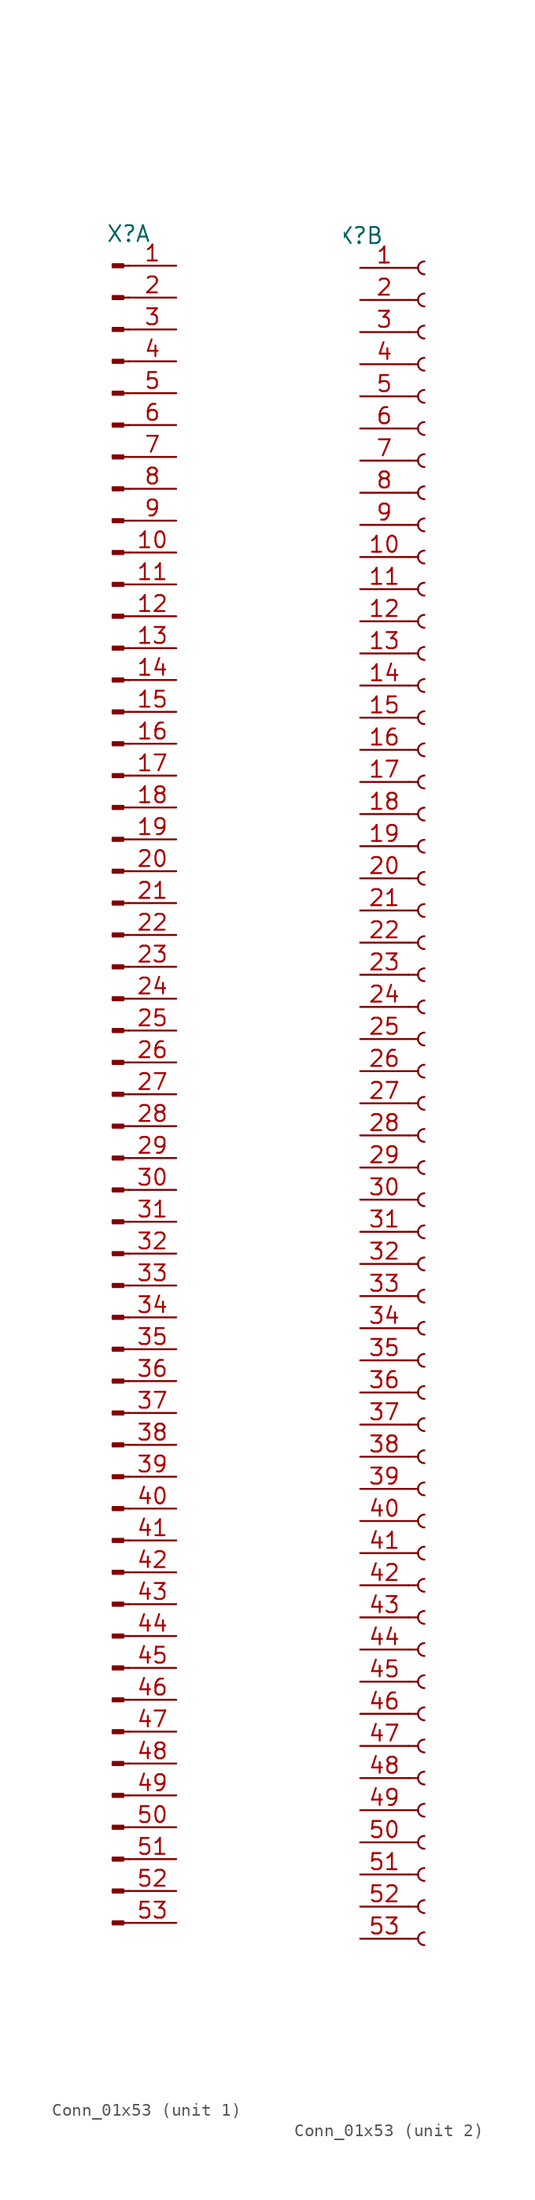
<source format=kicad_sym>
(kicad_symbol_lib
  (version 20241209)
  (generator "kicad_symbol_editor")
  (generator_version "9.0")
  (symbol "Conn_01x53"
    (pin_names
      (offset 1.016)
      (hide yes))
    (property "Reference" "X"
      (at 0 68.58 0)
      (effects (font (size 1.27 1.27))))
    (property "ki_locked" ""
      (at 0 0 0)
      (effects (font (size 1.27 1.27))))
    (symbol "Conn_01x53_1_1"
      (rectangle (start -0.406 66.167) (end -1.27 65.913) (stroke (width 0.152) (type default)) (fill (type outline)))
      (rectangle (start -0.406 63.627) (end -1.27 63.373) (stroke (width 0.152) (type default)) (fill (type outline)))
      (rectangle (start -0.406 61.087) (end -1.27 60.833) (stroke (width 0.152) (type default)) (fill (type outline)))
      (rectangle (start -0.406 58.547) (end -1.27 58.293) (stroke (width 0.152) (type default)) (fill (type outline)))
      (rectangle (start -0.406 56.007) (end -1.27 55.753) (stroke (width 0.152) (type default)) (fill (type outline)))
      (rectangle (start -0.406 53.467) (end -1.27 53.213) (stroke (width 0.152) (type default)) (fill (type outline)))
      (rectangle (start -0.406 50.927) (end -1.27 50.673) (stroke (width 0.152) (type default)) (fill (type outline)))
      (rectangle (start -0.406 48.387) (end -1.27 48.133) (stroke (width 0.152) (type default)) (fill (type outline)))
      (rectangle (start -0.406 45.847) (end -1.27 45.593) (stroke (width 0.152) (type default)) (fill (type outline)))
      (rectangle (start -0.406 43.307) (end -1.27 43.053) (stroke (width 0.152) (type default)) (fill (type outline)))
      (rectangle (start -0.406 40.767) (end -1.27 40.513) (stroke (width 0.152) (type default)) (fill (type outline)))
      (rectangle (start -0.406 38.227) (end -1.27 37.973) (stroke (width 0.152) (type default)) (fill (type outline)))
      (rectangle (start -0.406 35.687) (end -1.27 35.433) (stroke (width 0.152) (type default)) (fill (type outline)))
      (rectangle (start -0.406 33.147) (end -1.27 32.893) (stroke (width 0.152) (type default)) (fill (type outline)))
      (rectangle (start -0.406 30.607) (end -1.27 30.353) (stroke (width 0.152) (type default)) (fill (type outline)))
      (rectangle (start -0.406 28.067) (end -1.27 27.813) (stroke (width 0.152) (type default)) (fill (type outline)))
      (rectangle (start -0.406 25.527) (end -1.27 25.273) (stroke (width 0.152) (type default)) (fill (type outline)))
      (rectangle (start -0.406 22.987) (end -1.27 22.733) (stroke (width 0.152) (type default)) (fill (type outline)))
      (rectangle (start -0.406 20.447) (end -1.27 20.193) (stroke (width 0.152) (type default)) (fill (type outline)))
      (rectangle (start -0.406 17.907) (end -1.27 17.653) (stroke (width 0.152) (type default)) (fill (type outline)))
      (rectangle (start -0.406 15.367) (end -1.27 15.113) (stroke (width 0.152) (type default)) (fill (type outline)))
      (rectangle (start -0.406 12.827) (end -1.27 12.573) (stroke (width 0.152) (type default)) (fill (type outline)))
      (rectangle (start -0.406 10.287) (end -1.27 10.033) (stroke (width 0.152) (type default)) (fill (type outline)))
      (rectangle (start -0.406 7.747) (end -1.27 7.493) (stroke (width 0.152) (type default)) (fill (type outline)))
      (rectangle (start -0.406 5.207) (end -1.27 4.953) (stroke (width 0.152) (type default)) (fill (type outline)))
      (rectangle (start -0.406 2.667) (end -1.27 2.413) (stroke (width 0.152) (type default)) (fill (type outline)))
      (rectangle (start -0.406 0.127) (end -1.27 -0.127) (stroke (width 0.152) (type default)) (fill (type outline)))
      (rectangle (start -0.406 -2.413) (end -1.27 -2.667) (stroke (width 0.152) (type default)) (fill (type outline)))
      (rectangle (start -0.406 -4.953) (end -1.27 -5.207) (stroke (width 0.152) (type default)) (fill (type outline)))
      (rectangle (start -0.406 -7.493) (end -1.27 -7.747) (stroke (width 0.152) (type default)) (fill (type outline)))
      (rectangle (start -0.406 -10.033) (end -1.27 -10.287) (stroke (width 0.152) (type default)) (fill (type outline)))
      (rectangle (start -0.406 -12.573) (end -1.27 -12.827) (stroke (width 0.152) (type default)) (fill (type outline)))
      (rectangle (start -0.406 -15.113) (end -1.27 -15.367) (stroke (width 0.152) (type default)) (fill (type outline)))
      (rectangle (start -0.406 -17.653) (end -1.27 -17.907) (stroke (width 0.152) (type default)) (fill (type outline)))
      (rectangle (start -0.406 -20.193) (end -1.27 -20.447) (stroke (width 0.152) (type default)) (fill (type outline)))
      (rectangle (start -0.406 -22.733) (end -1.27 -22.987) (stroke (width 0.152) (type default)) (fill (type outline)))
      (rectangle (start -0.406 -25.273) (end -1.27 -25.527) (stroke (width 0.152) (type default)) (fill (type outline)))
      (rectangle (start -0.406 -27.813) (end -1.27 -28.067) (stroke (width 0.152) (type default)) (fill (type outline)))
      (rectangle (start -0.406 -30.353) (end -1.27 -30.607) (stroke (width 0.152) (type default)) (fill (type outline)))
      (rectangle (start -0.406 -32.893) (end -1.27 -33.147) (stroke (width 0.152) (type default)) (fill (type outline)))
      (rectangle (start -0.406 -35.433) (end -1.27 -35.687) (stroke (width 0.152) (type default)) (fill (type outline)))
      (rectangle (start -0.406 -37.973) (end -1.27 -38.227) (stroke (width 0.152) (type default)) (fill (type outline)))
      (rectangle (start -0.406 -40.513) (end -1.27 -40.767) (stroke (width 0.152) (type default)) (fill (type outline)))
      (rectangle (start -0.406 -43.053) (end -1.27 -43.307) (stroke (width 0.152) (type default)) (fill (type outline)))
      (rectangle (start -0.406 -45.593) (end -1.27 -45.847) (stroke (width 0.152) (type default)) (fill (type outline)))
      (rectangle (start -0.406 -48.133) (end -1.27 -48.387) (stroke (width 0.152) (type default)) (fill (type outline)))
      (rectangle (start -0.406 -50.673) (end -1.27 -50.927) (stroke (width 0.152) (type default)) (fill (type outline)))
      (rectangle (start -0.406 -53.213) (end -1.27 -53.467) (stroke (width 0.152) (type default)) (fill (type outline)))
      (rectangle (start -0.406 -55.753) (end -1.27 -56.007) (stroke (width 0.152) (type default)) (fill (type outline)))
      (rectangle (start -0.406 -58.293) (end -1.27 -58.547) (stroke (width 0.152) (type default)) (fill (type outline)))
      (rectangle (start -0.406 -60.833) (end -1.27 -61.087) (stroke (width 0.152) (type default)) (fill (type outline)))
      (rectangle (start -0.406 -63.373) (end -1.27 -63.627) (stroke (width 0.152) (type default)) (fill (type outline)))
      (rectangle (start -0.406 -65.913) (end -1.27 -66.167) (stroke (width 0.152) (type default)) (fill (type outline)))
      (polyline (pts (xy 0 66.04) (xy -0.406 66.04)) (stroke (width 0.152) (type default)) (fill (type none)))
      (polyline (pts (xy 0 63.5) (xy -0.406 63.5)) (stroke (width 0.152) (type default)) (fill (type none)))
      (polyline (pts (xy 0 60.96) (xy -0.406 60.96)) (stroke (width 0.152) (type default)) (fill (type none)))
      (polyline (pts (xy 0 58.42) (xy -0.406 58.42)) (stroke (width 0.152) (type default)) (fill (type none)))
      (polyline (pts (xy 0 55.88) (xy -0.406 55.88)) (stroke (width 0.152) (type default)) (fill (type none)))
      (polyline (pts (xy 0 53.34) (xy -0.406 53.34)) (stroke (width 0.152) (type default)) (fill (type none)))
      (polyline (pts (xy 0 50.8) (xy -0.406 50.8)) (stroke (width 0.152) (type default)) (fill (type none)))
      (polyline (pts (xy 0 48.26) (xy -0.406 48.26)) (stroke (width 0.152) (type default)) (fill (type none)))
      (polyline (pts (xy 0 45.72) (xy -0.406 45.72)) (stroke (width 0.152) (type default)) (fill (type none)))
      (polyline (pts (xy 0 43.18) (xy -0.406 43.18)) (stroke (width 0.152) (type default)) (fill (type none)))
      (polyline (pts (xy 0 40.64) (xy -0.406 40.64)) (stroke (width 0.152) (type default)) (fill (type none)))
      (polyline (pts (xy 0 38.1) (xy -0.406 38.1)) (stroke (width 0.152) (type default)) (fill (type none)))
      (polyline (pts (xy 0 35.56) (xy -0.406 35.56)) (stroke (width 0.152) (type default)) (fill (type none)))
      (polyline (pts (xy 0 33.02) (xy -0.406 33.02)) (stroke (width 0.152) (type default)) (fill (type none)))
      (polyline (pts (xy 0 30.48) (xy -0.406 30.48)) (stroke (width 0.152) (type default)) (fill (type none)))
      (polyline (pts (xy 0 27.94) (xy -0.406 27.94)) (stroke (width 0.152) (type default)) (fill (type none)))
      (polyline (pts (xy 0 25.4) (xy -0.406 25.4)) (stroke (width 0.152) (type default)) (fill (type none)))
      (polyline (pts (xy 0 22.86) (xy -0.406 22.86)) (stroke (width 0.152) (type default)) (fill (type none)))
      (polyline (pts (xy 0 20.32) (xy -0.406 20.32)) (stroke (width 0.152) (type default)) (fill (type none)))
      (polyline (pts (xy 0 17.78) (xy -0.406 17.78)) (stroke (width 0.152) (type default)) (fill (type none)))
      (polyline (pts (xy 0 15.24) (xy -0.406 15.24)) (stroke (width 0.152) (type default)) (fill (type none)))
      (polyline (pts (xy 0 12.7) (xy -0.406 12.7)) (stroke (width 0.152) (type default)) (fill (type none)))
      (polyline (pts (xy 0 10.16) (xy -0.406 10.16)) (stroke (width 0.152) (type default)) (fill (type none)))
      (polyline (pts (xy 0 7.62) (xy -0.406 7.62)) (stroke (width 0.152) (type default)) (fill (type none)))
      (polyline (pts (xy 0 5.08) (xy -0.406 5.08)) (stroke (width 0.152) (type default)) (fill (type none)))
      (polyline (pts (xy 0 2.54) (xy -0.406 2.54)) (stroke (width 0.152) (type default)) (fill (type none)))
      (polyline (pts (xy 0 0) (xy -0.406 0)) (stroke (width 0.152) (type default)) (fill (type none)))
      (polyline (pts (xy 0 -2.54) (xy -0.406 -2.54)) (stroke (width 0.152) (type default)) (fill (type none)))
      (polyline (pts (xy 0 -5.08) (xy -0.406 -5.08)) (stroke (width 0.152) (type default)) (fill (type none)))
      (polyline (pts (xy 0 -7.62) (xy -0.406 -7.62)) (stroke (width 0.152) (type default)) (fill (type none)))
      (polyline (pts (xy 0 -10.16) (xy -0.406 -10.16)) (stroke (width 0.152) (type default)) (fill (type none)))
      (polyline (pts (xy 0 -12.7) (xy -0.406 -12.7)) (stroke (width 0.152) (type default)) (fill (type none)))
      (polyline (pts (xy 0 -15.24) (xy -0.406 -15.24)) (stroke (width 0.152) (type default)) (fill (type none)))
      (polyline (pts (xy 0 -17.78) (xy -0.406 -17.78)) (stroke (width 0.152) (type default)) (fill (type none)))
      (polyline (pts (xy 0 -20.32) (xy -0.406 -20.32)) (stroke (width 0.152) (type default)) (fill (type none)))
      (polyline (pts (xy 0 -22.86) (xy -0.406 -22.86)) (stroke (width 0.152) (type default)) (fill (type none)))
      (polyline (pts (xy 0 -25.4) (xy -0.406 -25.4)) (stroke (width 0.152) (type default)) (fill (type none)))
      (polyline (pts (xy 0 -27.94) (xy -0.406 -27.94)) (stroke (width 0.152) (type default)) (fill (type none)))
      (polyline (pts (xy 0 -30.48) (xy -0.406 -30.48)) (stroke (width 0.152) (type default)) (fill (type none)))
      (polyline (pts (xy 0 -33.02) (xy -0.406 -33.02)) (stroke (width 0.152) (type default)) (fill (type none)))
      (polyline (pts (xy 0 -35.56) (xy -0.406 -35.56)) (stroke (width 0.152) (type default)) (fill (type none)))
      (polyline (pts (xy 0 -38.1) (xy -0.406 -38.1)) (stroke (width 0.152) (type default)) (fill (type none)))
      (polyline (pts (xy 0 -40.64) (xy -0.406 -40.64)) (stroke (width 0.152) (type default)) (fill (type none)))
      (polyline (pts (xy 0 -43.18) (xy -0.406 -43.18)) (stroke (width 0.152) (type default)) (fill (type none)))
      (polyline (pts (xy 0 -45.72) (xy -0.406 -45.72)) (stroke (width 0.152) (type default)) (fill (type none)))
      (polyline (pts (xy 0 -48.26) (xy -0.406 -48.26)) (stroke (width 0.152) (type default)) (fill (type none)))
      (polyline (pts (xy 0 -50.8) (xy -0.406 -50.8)) (stroke (width 0.152) (type default)) (fill (type none)))
      (polyline (pts (xy 0 -53.34) (xy -0.406 -53.34)) (stroke (width 0.152) (type default)) (fill (type none)))
      (polyline (pts (xy 0 -55.88) (xy -0.406 -55.88)) (stroke (width 0.152) (type default)) (fill (type none)))
      (polyline (pts (xy 0 -58.42) (xy -0.406 -58.42)) (stroke (width 0.152) (type default)) (fill (type none)))
      (polyline (pts (xy 0 -60.96) (xy -0.406 -60.96)) (stroke (width 0.152) (type default)) (fill (type none)))
      (polyline (pts (xy 0 -63.5) (xy -0.406 -63.5)) (stroke (width 0.152) (type default)) (fill (type none)))
      (polyline (pts (xy 0 -66.04) (xy -0.406 -66.04)) (stroke (width 0.152) (type default)) (fill (type none)))
      (pin passive line (at 3.81 66.04 180) (length 3.81) (name "Pin_1" (effects (font (size 1.27 1.27)))) (number "1" (effects (font (size 1.27 1.27)))))
      (pin passive line (at 3.81 63.5 180) (length 3.81) (name "Pin_2" (effects (font (size 1.27 1.27)))) (number "2" (effects (font (size 1.27 1.27)))))
      (pin passive line (at 3.81 60.96 180) (length 3.81) (name "Pin_3" (effects (font (size 1.27 1.27)))) (number "3" (effects (font (size 1.27 1.27)))))
      (pin passive line (at 3.81 58.42 180) (length 3.81) (name "Pin_4" (effects (font (size 1.27 1.27)))) (number "4" (effects (font (size 1.27 1.27)))))
      (pin passive line (at 3.81 55.88 180) (length 3.81) (name "Pin_5" (effects (font (size 1.27 1.27)))) (number "5" (effects (font (size 1.27 1.27)))))
      (pin passive line (at 3.81 53.34 180) (length 3.81) (name "Pin_6" (effects (font (size 1.27 1.27)))) (number "6" (effects (font (size 1.27 1.27)))))
      (pin passive line (at 3.81 50.8 180) (length 3.81) (name "Pin_7" (effects (font (size 1.27 1.27)))) (number "7" (effects (font (size 1.27 1.27)))))
      (pin passive line (at 3.81 48.26 180) (length 3.81) (name "Pin_8" (effects (font (size 1.27 1.27)))) (number "8" (effects (font (size 1.27 1.27)))))
      (pin passive line (at 3.81 45.72 180) (length 3.81) (name "Pin_9" (effects (font (size 1.27 1.27)))) (number "9" (effects (font (size 1.27 1.27)))))
      (pin passive line (at 3.81 43.18 180) (length 3.81) (name "Pin_10" (effects (font (size 1.27 1.27)))) (number "10" (effects (font (size 1.27 1.27)))))
      (pin passive line (at 3.81 40.64 180) (length 3.81) (name "Pin_11" (effects (font (size 1.27 1.27)))) (number "11" (effects (font (size 1.27 1.27)))))
      (pin passive line (at 3.81 38.1 180) (length 3.81) (name "Pin_12" (effects (font (size 1.27 1.27)))) (number "12" (effects (font (size 1.27 1.27)))))
      (pin passive line (at 3.81 35.56 180) (length 3.81) (name "Pin_13" (effects (font (size 1.27 1.27)))) (number "13" (effects (font (size 1.27 1.27)))))
      (pin passive line (at 3.81 33.02 180) (length 3.81) (name "Pin_14" (effects (font (size 1.27 1.27)))) (number "14" (effects (font (size 1.27 1.27)))))
      (pin passive line (at 3.81 30.48 180) (length 3.81) (name "Pin_15" (effects (font (size 1.27 1.27)))) (number "15" (effects (font (size 1.27 1.27)))))
      (pin passive line (at 3.81 27.94 180) (length 3.81) (name "Pin_16" (effects (font (size 1.27 1.27)))) (number "16" (effects (font (size 1.27 1.27)))))
      (pin passive line (at 3.81 25.4 180) (length 3.81) (name "Pin_17" (effects (font (size 1.27 1.27)))) (number "17" (effects (font (size 1.27 1.27)))))
      (pin passive line (at 3.81 22.86 180) (length 3.81) (name "Pin_18" (effects (font (size 1.27 1.27)))) (number "18" (effects (font (size 1.27 1.27)))))
      (pin passive line (at 3.81 20.32 180) (length 3.81) (name "Pin_19" (effects (font (size 1.27 1.27)))) (number "19" (effects (font (size 1.27 1.27)))))
      (pin passive line (at 3.81 17.78 180) (length 3.81) (name "Pin_20" (effects (font (size 1.27 1.27)))) (number "20" (effects (font (size 1.27 1.27)))))
      (pin passive line (at 3.81 15.24 180) (length 3.81) (name "Pin_21" (effects (font (size 1.27 1.27)))) (number "21" (effects (font (size 1.27 1.27)))))
      (pin passive line (at 3.81 12.7 180) (length 3.81) (name "Pin_22" (effects (font (size 1.27 1.27)))) (number "22" (effects (font (size 1.27 1.27)))))
      (pin passive line (at 3.81 10.16 180) (length 3.81) (name "Pin_23" (effects (font (size 1.27 1.27)))) (number "23" (effects (font (size 1.27 1.27)))))
      (pin passive line (at 3.81 7.62 180) (length 3.81) (name "Pin_24" (effects (font (size 1.27 1.27)))) (number "24" (effects (font (size 1.27 1.27)))))
      (pin passive line (at 3.81 5.08 180) (length 3.81) (name "Pin_25" (effects (font (size 1.27 1.27)))) (number "25" (effects (font (size 1.27 1.27)))))
      (pin passive line (at 3.81 2.54 180) (length 3.81) (name "Pin_26" (effects (font (size 1.27 1.27)))) (number "26" (effects (font (size 1.27 1.27)))))
      (pin passive line (at 3.81 0 180) (length 3.81) (name "Pin_27" (effects (font (size 1.27 1.27)))) (number "27" (effects (font (size 1.27 1.27)))))
      (pin passive line (at 3.81 -2.54 180) (length 3.81) (name "Pin_28" (effects (font (size 1.27 1.27)))) (number "28" (effects (font (size 1.27 1.27)))))
      (pin passive line (at 3.81 -5.08 180) (length 3.81) (name "Pin_29" (effects (font (size 1.27 1.27)))) (number "29" (effects (font (size 1.27 1.27)))))
      (pin passive line (at 3.81 -7.62 180) (length 3.81) (name "Pin_30" (effects (font (size 1.27 1.27)))) (number "30" (effects (font (size 1.27 1.27)))))
      (pin passive line (at 3.81 -10.16 180) (length 3.81) (name "Pin_31" (effects (font (size 1.27 1.27)))) (number "31" (effects (font (size 1.27 1.27)))))
      (pin passive line (at 3.81 -12.7 180) (length 3.81) (name "Pin_32" (effects (font (size 1.27 1.27)))) (number "32" (effects (font (size 1.27 1.27)))))
      (pin passive line (at 3.81 -15.24 180) (length 3.81) (name "Pin_33" (effects (font (size 1.27 1.27)))) (number "33" (effects (font (size 1.27 1.27)))))
      (pin passive line (at 3.81 -17.78 180) (length 3.81) (name "Pin_34" (effects (font (size 1.27 1.27)))) (number "34" (effects (font (size 1.27 1.27)))))
      (pin passive line (at 3.81 -20.32 180) (length 3.81) (name "Pin_35" (effects (font (size 1.27 1.27)))) (number "35" (effects (font (size 1.27 1.27)))))
      (pin passive line (at 3.81 -22.86 180) (length 3.81) (name "Pin_36" (effects (font (size 1.27 1.27)))) (number "36" (effects (font (size 1.27 1.27)))))
      (pin passive line (at 3.81 -25.4 180) (length 3.81) (name "Pin_37" (effects (font (size 1.27 1.27)))) (number "37" (effects (font (size 1.27 1.27)))))
      (pin passive line (at 3.81 -27.94 180) (length 3.81) (name "Pin_38" (effects (font (size 1.27 1.27)))) (number "38" (effects (font (size 1.27 1.27)))))
      (pin passive line (at 3.81 -30.48 180) (length 3.81) (name "Pin_39" (effects (font (size 1.27 1.27)))) (number "39" (effects (font (size 1.27 1.27)))))
      (pin passive line (at 3.81 -33.02 180) (length 3.81) (name "Pin_40" (effects (font (size 1.27 1.27)))) (number "40" (effects (font (size 1.27 1.27)))))
      (pin passive line (at 3.81 -35.56 180) (length 3.81) (name "Pin_41" (effects (font (size 1.27 1.27)))) (number "41" (effects (font (size 1.27 1.27)))))
      (pin passive line (at 3.81 -38.1 180) (length 3.81) (name "Pin_42" (effects (font (size 1.27 1.27)))) (number "42" (effects (font (size 1.27 1.27)))))
      (pin passive line (at 3.81 -40.64 180) (length 3.81) (name "Pin_43" (effects (font (size 1.27 1.27)))) (number "43" (effects (font (size 1.27 1.27)))))
      (pin passive line (at 3.81 -43.18 180) (length 3.81) (name "Pin_44" (effects (font (size 1.27 1.27)))) (number "44" (effects (font (size 1.27 1.27)))))
      (pin passive line (at 3.81 -45.72 180) (length 3.81) (name "Pin_45" (effects (font (size 1.27 1.27)))) (number "45" (effects (font (size 1.27 1.27)))))
      (pin passive line (at 3.81 -48.26 180) (length 3.81) (name "Pin_46" (effects (font (size 1.27 1.27)))) (number "46" (effects (font (size 1.27 1.27)))))
      (pin passive line (at 3.81 -50.8 180) (length 3.81) (name "Pin_47" (effects (font (size 1.27 1.27)))) (number "47" (effects (font (size 1.27 1.27)))))
      (pin passive line (at 3.81 -53.34 180) (length 3.81) (name "Pin_48" (effects (font (size 1.27 1.27)))) (number "48" (effects (font (size 1.27 1.27)))))
      (pin passive line (at 3.81 -55.88 180) (length 3.81) (name "Pin_49" (effects (font (size 1.27 1.27)))) (number "49" (effects (font (size 1.27 1.27)))))
      (pin passive line (at 3.81 -58.42 180) (length 3.81) (name "Pin_50" (effects (font (size 1.27 1.27)))) (number "50" (effects (font (size 1.27 1.27)))))
      (pin passive line (at 3.81 -60.96 180) (length 3.81) (name "Pin_51" (effects (font (size 1.27 1.27)))) (number "51" (effects (font (size 1.27 1.27)))))
      (pin passive line (at 3.81 -63.5 180) (length 3.81) (name "Pin_52" (effects (font (size 1.27 1.27)))) (number "52" (effects (font (size 1.27 1.27)))))
      (pin passive line (at 3.81 -66.04 180) (length 3.81) (name "Pin_53" (effects (font (size 1.27 1.27)))) (number "53" (effects (font (size 1.27 1.27))))))
    (symbol "Conn_01x53_2_1"
      (polyline (pts (xy 3.81 66.04) (xy 4.572 66.04)) (stroke (width 0.152) (type default)) (fill (type none)))
      (polyline (pts (xy 3.81 63.5) (xy 4.572 63.5)) (stroke (width 0.152) (type default)) (fill (type none)))
      (polyline (pts (xy 3.81 60.96) (xy 4.572 60.96)) (stroke (width 0.152) (type default)) (fill (type none)))
      (polyline (pts (xy 3.81 58.42) (xy 4.572 58.42)) (stroke (width 0.152) (type default)) (fill (type none)))
      (polyline (pts (xy 3.81 55.88) (xy 4.572 55.88)) (stroke (width 0.152) (type default)) (fill (type none)))
      (polyline (pts (xy 3.81 53.34) (xy 4.572 53.34)) (stroke (width 0.152) (type default)) (fill (type none)))
      (polyline (pts (xy 3.81 50.8) (xy 4.572 50.8)) (stroke (width 0.152) (type default)) (fill (type none)))
      (polyline (pts (xy 3.81 48.26) (xy 4.572 48.26)) (stroke (width 0.152) (type default)) (fill (type none)))
      (polyline (pts (xy 3.81 45.72) (xy 4.572 45.72)) (stroke (width 0.152) (type default)) (fill (type none)))
      (polyline (pts (xy 3.81 43.18) (xy 4.572 43.18)) (stroke (width 0.152) (type default)) (fill (type none)))
      (polyline (pts (xy 3.81 40.64) (xy 4.572 40.64)) (stroke (width 0.152) (type default)) (fill (type none)))
      (polyline (pts (xy 3.81 38.1) (xy 4.572 38.1)) (stroke (width 0.152) (type default)) (fill (type none)))
      (polyline (pts (xy 3.81 35.56) (xy 4.572 35.56)) (stroke (width 0.152) (type default)) (fill (type none)))
      (polyline (pts (xy 3.81 33.02) (xy 4.572 33.02)) (stroke (width 0.152) (type default)) (fill (type none)))
      (polyline (pts (xy 3.81 30.48) (xy 4.572 30.48)) (stroke (width 0.152) (type default)) (fill (type none)))
      (polyline (pts (xy 3.81 27.94) (xy 4.572 27.94)) (stroke (width 0.152) (type default)) (fill (type none)))
      (polyline (pts (xy 3.81 25.4) (xy 4.572 25.4)) (stroke (width 0.152) (type default)) (fill (type none)))
      (polyline (pts (xy 3.81 22.86) (xy 4.572 22.86)) (stroke (width 0.152) (type default)) (fill (type none)))
      (polyline (pts (xy 3.81 20.32) (xy 4.572 20.32)) (stroke (width 0.152) (type default)) (fill (type none)))
      (polyline (pts (xy 3.81 17.78) (xy 4.572 17.78)) (stroke (width 0.152) (type default)) (fill (type none)))
      (polyline (pts (xy 3.81 15.24) (xy 4.572 15.24)) (stroke (width 0.152) (type default)) (fill (type none)))
      (polyline (pts (xy 3.81 12.7) (xy 4.572 12.7)) (stroke (width 0.152) (type default)) (fill (type none)))
      (polyline (pts (xy 3.81 10.16) (xy 4.572 10.16)) (stroke (width 0.152) (type default)) (fill (type none)))
      (polyline (pts (xy 3.81 7.62) (xy 4.572 7.62)) (stroke (width 0.152) (type default)) (fill (type none)))
      (polyline (pts (xy 3.81 5.08) (xy 4.572 5.08)) (stroke (width 0.152) (type default)) (fill (type none)))
      (polyline (pts (xy 3.81 2.54) (xy 4.572 2.54)) (stroke (width 0.152) (type default)) (fill (type none)))
      (polyline (pts (xy 3.81 0) (xy 4.572 0)) (stroke (width 0.152) (type default)) (fill (type none)))
      (polyline (pts (xy 3.81 -2.54) (xy 4.572 -2.54)) (stroke (width 0.152) (type default)) (fill (type none)))
      (polyline (pts (xy 3.81 -5.08) (xy 4.572 -5.08)) (stroke (width 0.152) (type default)) (fill (type none)))
      (polyline (pts (xy 3.81 -7.62) (xy 4.572 -7.62)) (stroke (width 0.152) (type default)) (fill (type none)))
      (polyline (pts (xy 3.81 -10.16) (xy 4.572 -10.16)) (stroke (width 0.152) (type default)) (fill (type none)))
      (polyline (pts (xy 3.81 -12.7) (xy 4.572 -12.7)) (stroke (width 0.152) (type default)) (fill (type none)))
      (polyline (pts (xy 3.81 -15.24) (xy 4.572 -15.24)) (stroke (width 0.152) (type default)) (fill (type none)))
      (polyline (pts (xy 3.81 -17.78) (xy 4.572 -17.78)) (stroke (width 0.152) (type default)) (fill (type none)))
      (polyline (pts (xy 3.81 -20.32) (xy 4.572 -20.32)) (stroke (width 0.152) (type default)) (fill (type none)))
      (polyline (pts (xy 3.81 -22.86) (xy 4.572 -22.86)) (stroke (width 0.152) (type default)) (fill (type none)))
      (polyline (pts (xy 3.81 -25.4) (xy 4.572 -25.4)) (stroke (width 0.152) (type default)) (fill (type none)))
      (polyline (pts (xy 3.81 -27.94) (xy 4.572 -27.94)) (stroke (width 0.152) (type default)) (fill (type none)))
      (polyline (pts (xy 3.81 -30.48) (xy 4.572 -30.48)) (stroke (width 0.152) (type default)) (fill (type none)))
      (polyline (pts (xy 3.81 -33.02) (xy 4.572 -33.02)) (stroke (width 0.152) (type default)) (fill (type none)))
      (polyline (pts (xy 3.81 -35.56) (xy 4.572 -35.56)) (stroke (width 0.152) (type default)) (fill (type none)))
      (polyline (pts (xy 3.81 -38.1) (xy 4.572 -38.1)) (stroke (width 0.152) (type default)) (fill (type none)))
      (polyline (pts (xy 3.81 -40.64) (xy 4.572 -40.64)) (stroke (width 0.152) (type default)) (fill (type none)))
      (polyline (pts (xy 3.81 -43.18) (xy 4.572 -43.18)) (stroke (width 0.152) (type default)) (fill (type none)))
      (polyline (pts (xy 3.81 -45.72) (xy 4.572 -45.72)) (stroke (width 0.152) (type default)) (fill (type none)))
      (polyline (pts (xy 3.81 -48.26) (xy 4.572 -48.26)) (stroke (width 0.152) (type default)) (fill (type none)))
      (polyline (pts (xy 3.81 -50.8) (xy 4.572 -50.8)) (stroke (width 0.152) (type default)) (fill (type none)))
      (polyline (pts (xy 3.81 -53.34) (xy 4.572 -53.34)) (stroke (width 0.152) (type default)) (fill (type none)))
      (polyline (pts (xy 3.81 -55.88) (xy 4.572 -55.88)) (stroke (width 0.152) (type default)) (fill (type none)))
      (polyline (pts (xy 3.81 -58.42) (xy 4.572 -58.42)) (stroke (width 0.152) (type default)) (fill (type none)))
      (polyline (pts (xy 3.81 -60.96) (xy 4.572 -60.96)) (stroke (width 0.152) (type default)) (fill (type none)))
      (polyline (pts (xy 3.81 -63.5) (xy 4.572 -63.5)) (stroke (width 0.152) (type default)) (fill (type none)))
      (polyline (pts (xy 3.81 -66.04) (xy 4.572 -66.04)) (stroke (width 0.152) (type default)) (fill (type none)))
      (arc (start 5.08 65.532) (mid 4.5742 66.04) (end 5.08 66.548) (stroke (width 0.1524) (type default)) (fill (type none)))
      (arc (start 5.08 62.992) (mid 4.5742 63.5) (end 5.08 64.008) (stroke (width 0.1524) (type default)) (fill (type none)))
      (arc (start 5.08 60.452) (mid 4.5742 60.96) (end 5.08 61.468) (stroke (width 0.1524) (type default)) (fill (type none)))
      (arc (start 5.08 57.912) (mid 4.5742 58.42) (end 5.08 58.928) (stroke (width 0.1524) (type default)) (fill (type none)))
      (arc (start 5.08 55.372) (mid 4.5742 55.88) (end 5.08 56.388) (stroke (width 0.1524) (type default)) (fill (type none)))
      (arc (start 5.08 52.832) (mid 4.5742 53.34) (end 5.08 53.848) (stroke (width 0.1524) (type default)) (fill (type none)))
      (arc (start 5.08 50.292) (mid 4.5742 50.8) (end 5.08 51.308) (stroke (width 0.1524) (type default)) (fill (type none)))
      (arc (start 5.08 47.752) (mid 4.5742 48.26) (end 5.08 48.768) (stroke (width 0.1524) (type default)) (fill (type none)))
      (arc (start 5.08 45.212) (mid 4.5742 45.72) (end 5.08 46.228) (stroke (width 0.1524) (type default)) (fill (type none)))
      (arc (start 5.08 42.672) (mid 4.5742 43.18) (end 5.08 43.688) (stroke (width 0.1524) (type default)) (fill (type none)))
      (arc (start 5.08 40.132) (mid 4.5742 40.64) (end 5.08 41.148) (stroke (width 0.1524) (type default)) (fill (type none)))
      (arc (start 5.08 37.592) (mid 4.5742 38.1) (end 5.08 38.608) (stroke (width 0.1524) (type default)) (fill (type none)))
      (arc (start 5.08 35.052) (mid 4.5742 35.56) (end 5.08 36.068) (stroke (width 0.1524) (type default)) (fill (type none)))
      (arc (start 5.08 32.512) (mid 4.5742 33.02) (end 5.08 33.528) (stroke (width 0.1524) (type default)) (fill (type none)))
      (arc (start 5.08 29.972) (mid 4.5742 30.48) (end 5.08 30.988) (stroke (width 0.1524) (type default)) (fill (type none)))
      (arc (start 5.08 27.432) (mid 4.5742 27.94) (end 5.08 28.448) (stroke (width 0.1524) (type default)) (fill (type none)))
      (arc (start 5.08 24.892) (mid 4.5742 25.4) (end 5.08 25.908) (stroke (width 0.1524) (type default)) (fill (type none)))
      (arc (start 5.08 22.352) (mid 4.5742 22.86) (end 5.08 23.368) (stroke (width 0.1524) (type default)) (fill (type none)))
      (arc (start 5.08 19.812) (mid 4.5742 20.32) (end 5.08 20.828) (stroke (width 0.1524) (type default)) (fill (type none)))
      (arc (start 5.08 17.272) (mid 4.5742 17.78) (end 5.08 18.288) (stroke (width 0.1524) (type default)) (fill (type none)))
      (arc (start 5.08 14.732) (mid 4.5742 15.24) (end 5.08 15.748) (stroke (width 0.1524) (type default)) (fill (type none)))
      (arc (start 5.08 12.192) (mid 4.5742 12.7) (end 5.08 13.208) (stroke (width 0.1524) (type default)) (fill (type none)))
      (arc (start 5.08 9.652) (mid 4.5742 10.16) (end 5.08 10.668) (stroke (width 0.1524) (type default)) (fill (type none)))
      (arc (start 5.08 7.112) (mid 4.5742 7.62) (end 5.08 8.128) (stroke (width 0.1524) (type default)) (fill (type none)))
      (arc (start 5.08 4.572) (mid 4.5742 5.08) (end 5.08 5.588) (stroke (width 0.1524) (type default)) (fill (type none)))
      (arc (start 5.08 2.032) (mid 4.5742 2.54) (end 5.08 3.048) (stroke (width 0.1524) (type default)) (fill (type none)))
      (arc (start 5.08 -0.508) (mid 4.5742 0) (end 5.08 0.508) (stroke (width 0.1524) (type default)) (fill (type none)))
      (arc (start 5.08 -3.048) (mid 4.5742 -2.54) (end 5.08 -2.032) (stroke (width 0.1524) (type default)) (fill (type none)))
      (arc (start 5.08 -5.588) (mid 4.5742 -5.08) (end 5.08 -4.572) (stroke (width 0.1524) (type default)) (fill (type none)))
      (arc (start 5.08 -8.128) (mid 4.5742 -7.62) (end 5.08 -7.112) (stroke (width 0.1524) (type default)) (fill (type none)))
      (arc (start 5.08 -10.668) (mid 4.5742 -10.16) (end 5.08 -9.652) (stroke (width 0.1524) (type default)) (fill (type none)))
      (arc (start 5.08 -13.208) (mid 4.5742 -12.7) (end 5.08 -12.192) (stroke (width 0.1524) (type default)) (fill (type none)))
      (arc (start 5.08 -15.748) (mid 4.5742 -15.24) (end 5.08 -14.732) (stroke (width 0.1524) (type default)) (fill (type none)))
      (arc (start 5.08 -18.288) (mid 4.5742 -17.78) (end 5.08 -17.272) (stroke (width 0.1524) (type default)) (fill (type none)))
      (arc (start 5.08 -20.828) (mid 4.5742 -20.32) (end 5.08 -19.812) (stroke (width 0.1524) (type default)) (fill (type none)))
      (arc (start 5.08 -23.368) (mid 4.5742 -22.86) (end 5.08 -22.352) (stroke (width 0.1524) (type default)) (fill (type none)))
      (arc (start 5.08 -25.908) (mid 4.5742 -25.4) (end 5.08 -24.892) (stroke (width 0.1524) (type default)) (fill (type none)))
      (arc (start 5.08 -28.448) (mid 4.5742 -27.94) (end 5.08 -27.432) (stroke (width 0.1524) (type default)) (fill (type none)))
      (arc (start 5.08 -30.988) (mid 4.5742 -30.48) (end 5.08 -29.972) (stroke (width 0.1524) (type default)) (fill (type none)))
      (arc (start 5.08 -33.528) (mid 4.5742 -33.02) (end 5.08 -32.512) (stroke (width 0.1524) (type default)) (fill (type none)))
      (arc (start 5.08 -36.068) (mid 4.5742 -35.56) (end 5.08 -35.052) (stroke (width 0.1524) (type default)) (fill (type none)))
      (arc (start 5.08 -38.608) (mid 4.5742 -38.1) (end 5.08 -37.592) (stroke (width 0.1524) (type default)) (fill (type none)))
      (arc (start 5.08 -41.148) (mid 4.5742 -40.64) (end 5.08 -40.132) (stroke (width 0.1524) (type default)) (fill (type none)))
      (arc (start 5.08 -43.688) (mid 4.5742 -43.18) (end 5.08 -42.672) (stroke (width 0.1524) (type default)) (fill (type none)))
      (arc (start 5.08 -46.228) (mid 4.5742 -45.72) (end 5.08 -45.212) (stroke (width 0.1524) (type default)) (fill (type none)))
      (arc (start 5.08 -48.768) (mid 4.5742 -48.26) (end 5.08 -47.752) (stroke (width 0.1524) (type default)) (fill (type none)))
      (arc (start 5.08 -51.308) (mid 4.5742 -50.8) (end 5.08 -50.292) (stroke (width 0.1524) (type default)) (fill (type none)))
      (arc (start 5.08 -53.848) (mid 4.5742 -53.34) (end 5.08 -52.832) (stroke (width 0.1524) (type default)) (fill (type none)))
      (arc (start 5.08 -56.388) (mid 4.5742 -55.88) (end 5.08 -55.372) (stroke (width 0.1524) (type default)) (fill (type none)))
      (arc (start 5.08 -58.928) (mid 4.5742 -58.42) (end 5.08 -57.912) (stroke (width 0.1524) (type default)) (fill (type none)))
      (arc (start 5.08 -61.468) (mid 4.5742 -60.96) (end 5.08 -60.452) (stroke (width 0.1524) (type default)) (fill (type none)))
      (arc (start 5.08 -64.008) (mid 4.5742 -63.5) (end 5.08 -62.992) (stroke (width 0.1524) (type default)) (fill (type none)))
      (arc (start 5.08 -66.548) (mid 4.5742 -66.04) (end 5.08 -65.532) (stroke (width 0.1524) (type default)) (fill (type none)))
      (pin passive line (at 0 66.04 0) (length 3.81) (name "Pin_1" (effects (font (size 1.27 1.27)))) (number "1" (effects (font (size 1.27 1.27)))))
      (pin passive line (at 0 63.5 0) (length 3.81) (name "Pin_2" (effects (font (size 1.27 1.27)))) (number "2" (effects (font (size 1.27 1.27)))))
      (pin passive line (at 0 60.96 0) (length 3.81) (name "Pin_3" (effects (font (size 1.27 1.27)))) (number "3" (effects (font (size 1.27 1.27)))))
      (pin passive line (at 0 58.42 0) (length 3.81) (name "Pin_4" (effects (font (size 1.27 1.27)))) (number "4" (effects (font (size 1.27 1.27)))))
      (pin passive line (at 0 55.88 0) (length 3.81) (name "Pin_5" (effects (font (size 1.27 1.27)))) (number "5" (effects (font (size 1.27 1.27)))))
      (pin passive line (at 0 53.34 0) (length 3.81) (name "Pin_6" (effects (font (size 1.27 1.27)))) (number "6" (effects (font (size 1.27 1.27)))))
      (pin passive line (at 0 50.8 0) (length 3.81) (name "Pin_7" (effects (font (size 1.27 1.27)))) (number "7" (effects (font (size 1.27 1.27)))))
      (pin passive line (at 0 48.26 0) (length 3.81) (name "Pin_8" (effects (font (size 1.27 1.27)))) (number "8" (effects (font (size 1.27 1.27)))))
      (pin passive line (at 0 45.72 0) (length 3.81) (name "Pin_9" (effects (font (size 1.27 1.27)))) (number "9" (effects (font (size 1.27 1.27)))))
      (pin passive line (at 0 43.18 0) (length 3.81) (name "Pin_10" (effects (font (size 1.27 1.27)))) (number "10" (effects (font (size 1.27 1.27)))))
      (pin passive line (at 0 40.64 0) (length 3.81) (name "Pin_11" (effects (font (size 1.27 1.27)))) (number "11" (effects (font (size 1.27 1.27)))))
      (pin passive line (at 0 38.1 0) (length 3.81) (name "Pin_12" (effects (font (size 1.27 1.27)))) (number "12" (effects (font (size 1.27 1.27)))))
      (pin passive line (at 0 35.56 0) (length 3.81) (name "Pin_13" (effects (font (size 1.27 1.27)))) (number "13" (effects (font (size 1.27 1.27)))))
      (pin passive line (at 0 33.02 0) (length 3.81) (name "Pin_14" (effects (font (size 1.27 1.27)))) (number "14" (effects (font (size 1.27 1.27)))))
      (pin passive line (at 0 30.48 0) (length 3.81) (name "Pin_15" (effects (font (size 1.27 1.27)))) (number "15" (effects (font (size 1.27 1.27)))))
      (pin passive line (at 0 27.94 0) (length 3.81) (name "Pin_16" (effects (font (size 1.27 1.27)))) (number "16" (effects (font (size 1.27 1.27)))))
      (pin passive line (at 0 25.4 0) (length 3.81) (name "Pin_17" (effects (font (size 1.27 1.27)))) (number "17" (effects (font (size 1.27 1.27)))))
      (pin passive line (at 0 22.86 0) (length 3.81) (name "Pin_18" (effects (font (size 1.27 1.27)))) (number "18" (effects (font (size 1.27 1.27)))))
      (pin passive line (at 0 20.32 0) (length 3.81) (name "Pin_19" (effects (font (size 1.27 1.27)))) (number "19" (effects (font (size 1.27 1.27)))))
      (pin passive line (at 0 17.78 0) (length 3.81) (name "Pin_20" (effects (font (size 1.27 1.27)))) (number "20" (effects (font (size 1.27 1.27)))))
      (pin passive line (at 0 15.24 0) (length 3.81) (name "Pin_21" (effects (font (size 1.27 1.27)))) (number "21" (effects (font (size 1.27 1.27)))))
      (pin passive line (at 0 12.7 0) (length 3.81) (name "Pin_22" (effects (font (size 1.27 1.27)))) (number "22" (effects (font (size 1.27 1.27)))))
      (pin passive line (at 0 10.16 0) (length 3.81) (name "Pin_23" (effects (font (size 1.27 1.27)))) (number "23" (effects (font (size 1.27 1.27)))))
      (pin passive line (at 0 7.62 0) (length 3.81) (name "Pin_24" (effects (font (size 1.27 1.27)))) (number "24" (effects (font (size 1.27 1.27)))))
      (pin passive line (at 0 5.08 0) (length 3.81) (name "Pin_25" (effects (font (size 1.27 1.27)))) (number "25" (effects (font (size 1.27 1.27)))))
      (pin passive line (at 0 2.54 0) (length 3.81) (name "Pin_26" (effects (font (size 1.27 1.27)))) (number "26" (effects (font (size 1.27 1.27)))))
      (pin passive line (at 0 0 0) (length 3.81) (name "Pin_27" (effects (font (size 1.27 1.27)))) (number "27" (effects (font (size 1.27 1.27)))))
      (pin passive line (at 0 -2.54 0) (length 3.81) (name "Pin_28" (effects (font (size 1.27 1.27)))) (number "28" (effects (font (size 1.27 1.27)))))
      (pin passive line (at 0 -5.08 0) (length 3.81) (name "Pin_29" (effects (font (size 1.27 1.27)))) (number "29" (effects (font (size 1.27 1.27)))))
      (pin passive line (at 0 -7.62 0) (length 3.81) (name "Pin_30" (effects (font (size 1.27 1.27)))) (number "30" (effects (font (size 1.27 1.27)))))
      (pin passive line (at 0 -10.16 0) (length 3.81) (name "Pin_31" (effects (font (size 1.27 1.27)))) (number "31" (effects (font (size 1.27 1.27)))))
      (pin passive line (at 0 -12.7 0) (length 3.81) (name "Pin_32" (effects (font (size 1.27 1.27)))) (number "32" (effects (font (size 1.27 1.27)))))
      (pin passive line (at 0 -15.24 0) (length 3.81) (name "Pin_33" (effects (font (size 1.27 1.27)))) (number "33" (effects (font (size 1.27 1.27)))))
      (pin passive line (at 0 -17.78 0) (length 3.81) (name "Pin_34" (effects (font (size 1.27 1.27)))) (number "34" (effects (font (size 1.27 1.27)))))
      (pin passive line (at 0 -20.32 0) (length 3.81) (name "Pin_35" (effects (font (size 1.27 1.27)))) (number "35" (effects (font (size 1.27 1.27)))))
      (pin passive line (at 0 -22.86 0) (length 3.81) (name "Pin_36" (effects (font (size 1.27 1.27)))) (number "36" (effects (font (size 1.27 1.27)))))
      (pin passive line (at 0 -25.4 0) (length 3.81) (name "Pin_37" (effects (font (size 1.27 1.27)))) (number "37" (effects (font (size 1.27 1.27)))))
      (pin passive line (at 0 -27.94 0) (length 3.81) (name "Pin_38" (effects (font (size 1.27 1.27)))) (number "38" (effects (font (size 1.27 1.27)))))
      (pin passive line (at 0 -30.48 0) (length 3.81) (name "Pin_39" (effects (font (size 1.27 1.27)))) (number "39" (effects (font (size 1.27 1.27)))))
      (pin passive line (at 0 -33.02 0) (length 3.81) (name "Pin_40" (effects (font (size 1.27 1.27)))) (number "40" (effects (font (size 1.27 1.27)))))
      (pin passive line (at 0 -35.56 0) (length 3.81) (name "Pin_41" (effects (font (size 1.27 1.27)))) (number "41" (effects (font (size 1.27 1.27)))))
      (pin passive line (at 0 -38.1 0) (length 3.81) (name "Pin_42" (effects (font (size 1.27 1.27)))) (number "42" (effects (font (size 1.27 1.27)))))
      (pin passive line (at 0 -40.64 0) (length 3.81) (name "Pin_43" (effects (font (size 1.27 1.27)))) (number "43" (effects (font (size 1.27 1.27)))))
      (pin passive line (at 0 -43.18 0) (length 3.81) (name "Pin_44" (effects (font (size 1.27 1.27)))) (number "44" (effects (font (size 1.27 1.27)))))
      (pin passive line (at 0 -45.72 0) (length 3.81) (name "Pin_45" (effects (font (size 1.27 1.27)))) (number "45" (effects (font (size 1.27 1.27)))))
      (pin passive line (at 0 -48.26 0) (length 3.81) (name "Pin_46" (effects (font (size 1.27 1.27)))) (number "46" (effects (font (size 1.27 1.27)))))
      (pin passive line (at 0 -50.8 0) (length 3.81) (name "Pin_47" (effects (font (size 1.27 1.27)))) (number "47" (effects (font (size 1.27 1.27)))))
      (pin passive line (at 0 -53.34 0) (length 3.81) (name "Pin_48" (effects (font (size 1.27 1.27)))) (number "48" (effects (font (size 1.27 1.27)))))
      (pin passive line (at 0 -55.88 0) (length 3.81) (name "Pin_49" (effects (font (size 1.27 1.27)))) (number "49" (effects (font (size 1.27 1.27)))))
      (pin passive line (at 0 -58.42 0) (length 3.81) (name "Pin_50" (effects (font (size 1.27 1.27)))) (number "50" (effects (font (size 1.27 1.27)))))
      (pin passive line (at 0 -60.96 0) (length 3.81) (name "Pin_51" (effects (font (size 1.27 1.27)))) (number "51" (effects (font (size 1.27 1.27)))))
      (pin passive line (at 0 -63.5 0) (length 3.81) (name "Pin_52" (effects (font (size 1.27 1.27)))) (number "52" (effects (font (size 1.27 1.27)))))
      (pin passive line (at 0 -66.04 0) (length 3.81) (name "Pin_53" (effects (font (size 1.27 1.27)))) (number "53" (effects (font (size 1.27 1.27))))))))
</source>
